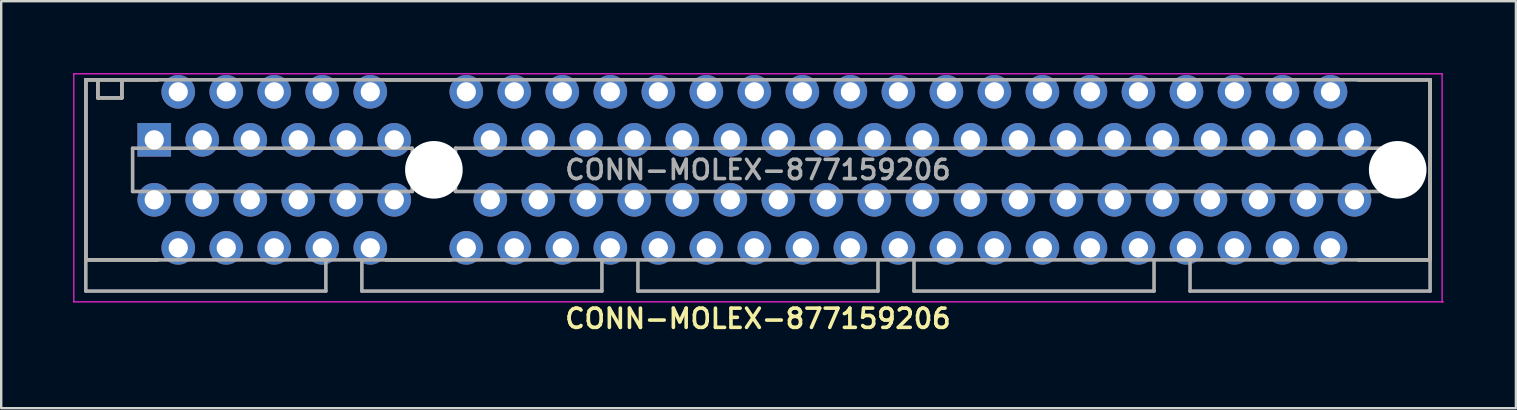
<source format=kicad_pcb>
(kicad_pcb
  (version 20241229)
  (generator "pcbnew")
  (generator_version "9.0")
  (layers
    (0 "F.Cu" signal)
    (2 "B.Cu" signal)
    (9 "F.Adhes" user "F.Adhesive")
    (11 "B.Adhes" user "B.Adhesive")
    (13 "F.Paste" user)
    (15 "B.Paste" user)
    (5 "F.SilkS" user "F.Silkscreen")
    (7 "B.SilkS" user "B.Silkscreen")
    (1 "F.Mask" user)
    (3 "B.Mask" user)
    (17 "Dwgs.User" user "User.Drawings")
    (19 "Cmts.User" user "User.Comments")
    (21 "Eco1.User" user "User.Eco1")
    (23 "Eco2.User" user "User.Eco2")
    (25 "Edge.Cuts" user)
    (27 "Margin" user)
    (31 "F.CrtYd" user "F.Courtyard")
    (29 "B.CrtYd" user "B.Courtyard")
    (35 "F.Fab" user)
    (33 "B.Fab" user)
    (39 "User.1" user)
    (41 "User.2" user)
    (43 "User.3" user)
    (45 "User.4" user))
  (footprint "CONN-MOLEX-877159206"
    (layer "F.Cu")
    (at 28.525 4.025)
    (property "Reference" "CONN-MOLEX-877159206" (at 0 6.2 0) (layer "F.SilkS") (effects (font (size 0.8 0.8) (thickness 0.15))))
    (attr through_hole)
    (fp_line (start -28 -3.75) (end -28 3.75) (stroke (width 0.15) (type solid)) (layer "F.SilkS"))
    (fp_line (start -28 3.75) (end -25 3.75) (stroke (width 0.15) (type solid)) (layer "F.SilkS"))
    (fp_line (start -27.5 -3.75) (end -27.5 -3) (stroke (width 0.15) (type solid)) (layer "F.SilkS"))
    (fp_line (start -27.5 -3) (end -26.5 -3) (stroke (width 0.15) (type solid)) (layer "F.SilkS"))
    (fp_line (start -26.5 -3) (end -26.5 -3.75) (stroke (width 0.15) (type solid)) (layer "F.SilkS"))
    (fp_line (start -25 -3.75) (end -28 -3.75) (stroke (width 0.15) (type solid)) (layer "F.SilkS"))
    (fp_line (start -15.5 -3.75) (end -12.8 -3.75) (stroke (width 0.15) (type solid)) (layer "F.SilkS"))
    (fp_line (start -15.5 3.75) (end -12.8 3.75) (stroke (width 0.15) (type solid)) (layer "F.SilkS"))
    (fp_line (start 25 -3.75) (end 28 -3.75) (stroke (width 0.15) (type solid)) (layer "F.SilkS"))
    (fp_line (start 28 -3.75) (end 28 3.75) (stroke (width 0.15) (type solid)) (layer "F.SilkS"))
    (fp_line (start 28 3.75) (end 25 3.75) (stroke (width 0.15) (type solid)) (layer "F.SilkS"))
    (fp_line (start -28.5 -4) (end 28.5 -4) (stroke (width 0.05) (type solid)) (layer "F.CrtYd"))
    (fp_line (start -28.5 5.5) (end -28.5 -4) (stroke (width 0.05) (type solid)) (layer "F.CrtYd"))
    (fp_line (start 28.5 -4) (end 28.5 5.5) (stroke (width 0.05) (type solid)) (layer "F.CrtYd"))
    (fp_line (start 28.55 5.5) (end -28.5 5.5) (stroke (width 0.05) (type solid)) (layer "F.CrtYd"))
    (fp_line (start -28 -3.75) (end 28 -3.75) (stroke (width 0.15) (type solid)) (layer "F.Fab"))
    (fp_line (start -28 3.75) (end -28 -3.75) (stroke (width 0.15) (type solid)) (layer "F.Fab"))
    (fp_line (start -28 3.75) (end -28 5.05) (stroke (width 0.15) (type solid)) (layer "F.Fab"))
    (fp_line (start -28 5.05) (end -18 5.05) (stroke (width 0.15) (type solid)) (layer "F.Fab"))
    (fp_line (start -27.5 -3.75) (end -27.5 -3) (stroke (width 0.15) (type solid)) (layer "F.Fab"))
    (fp_line (start -27.5 -3) (end -26.5 -3) (stroke (width 0.15) (type solid)) (layer "F.Fab"))
    (fp_line (start -26.5 -3) (end -26.5 -3.75) (stroke (width 0.15) (type solid)) (layer "F.Fab"))
    (fp_line (start -26.05 -0.9) (end -26.05 0.9) (stroke (width 0.15) (type solid)) (layer "F.Fab"))
    (fp_line (start -26.05 0.9) (end -14.4 0.9) (stroke (width 0.15) (type solid)) (layer "F.Fab"))
    (fp_line (start -18 5.05) (end -18 3.75) (stroke (width 0.15) (type solid)) (layer "F.Fab"))
    (fp_line (start -16.5 3.75) (end -16.5 5.05) (stroke (width 0.15) (type solid)) (layer "F.Fab"))
    (fp_line (start -16.5 5.05) (end -6.5 5.05) (stroke (width 0.15) (type solid)) (layer "F.Fab"))
    (fp_line (start -14.4 -0.9) (end -26.05 -0.9) (stroke (width 0.15) (type solid)) (layer "F.Fab"))
    (fp_line (start -14.4 0.9) (end -14.4 -0.9) (stroke (width 0.15) (type solid)) (layer "F.Fab"))
    (fp_line (start -12.6 -0.9) (end 26.05 -0.9) (stroke (width 0.15) (type solid)) (layer "F.Fab"))
    (fp_line (start -12.6 0.9) (end -12.6 -0.9) (stroke (width 0.15) (type solid)) (layer "F.Fab"))
    (fp_line (start -6.5 5.05) (end -6.5 3.75) (stroke (width 0.15) (type solid)) (layer "F.Fab"))
    (fp_line (start -5 3.75) (end -5 5.05) (stroke (width 0.15) (type solid)) (layer "F.Fab"))
    (fp_line (start -5 5.05) (end 5 5.05) (stroke (width 0.15) (type solid)) (layer "F.Fab"))
    (fp_line (start 5 5.05) (end 5 3.75) (stroke (width 0.15) (type solid)) (layer "F.Fab"))
    (fp_line (start 6.5 3.75) (end 6.5 5.05) (stroke (width 0.15) (type solid)) (layer "F.Fab"))
    (fp_line (start 6.5 5.05) (end 16.5 5.05) (stroke (width 0.15) (type solid)) (layer "F.Fab"))
    (fp_line (start 16.5 5.05) (end 16.5 3.75) (stroke (width 0.15) (type solid)) (layer "F.Fab"))
    (fp_line (start 18 3.75) (end 18 5.05) (stroke (width 0.15) (type solid)) (layer "F.Fab"))
    (fp_line (start 18 5.05) (end 28 5.05) (stroke (width 0.15) (type solid)) (layer "F.Fab"))
    (fp_line (start 26.05 -0.9) (end 26.05 0.9) (stroke (width 0.15) (type solid)) (layer "F.Fab"))
    (fp_line (start 26.05 0.9) (end -12.6 0.9) (stroke (width 0.15) (type solid)) (layer "F.Fab"))
    (fp_line (start 28 -3.75) (end 28 3.75) (stroke (width 0.15) (type solid)) (layer "F.Fab"))
    (fp_line (start 28 3.75) (end -28 3.75) (stroke (width 0.15) (type solid)) (layer "F.Fab"))
    (fp_line (start 28 5.05) (end 28 3.75) (stroke (width 0.15) (type solid)) (layer "F.Fab"))
    (fp_text user "${REFERENCE}" (at 0 0 0) (layer "F.Fab") (effects (font (size 0.8 0.8) (thickness 0.15))))
    (pad "" np_thru_hole circle (at -13.5 0) (size 2.4 2.4) (drill 2.4) (layers "*.Cu" "*.Mask"))
    (pad "" np_thru_hole circle (at 26.65 0) (size 2.4 2.4) (drill 2.4) (layers "*.Cu" "*.Mask"))
    (pad "A1" thru_hole rect (at -25.15 -1.25) (size 1.4 1.4) (drill 0.8) (layers "*.Cu" "*.Mask"))
    (pad "A2" thru_hole circle (at -24.15 -3.25) (size 1.4 1.4) (drill 0.8) (layers "*.Cu" "*.Mask"))
    (pad "A3" thru_hole circle (at -23.15 -1.25) (size 1.4 1.4) (drill 0.8) (layers "*.Cu" "*.Mask"))
    (pad "A4" thru_hole circle (at -22.15 -3.25) (size 1.4 1.4) (drill 0.8) (layers "*.Cu" "*.Mask"))
    (pad "A5" thru_hole circle (at -21.15 -1.25) (size 1.4 1.4) (drill 0.8) (layers "*.Cu" "*.Mask"))
    (pad "A6" thru_hole circle (at -20.15 -3.25) (size 1.4 1.4) (drill 0.8) (layers "*.Cu" "*.Mask"))
    (pad "A7" thru_hole circle (at -19.15 -1.25) (size 1.4 1.4) (drill 0.8) (layers "*.Cu" "*.Mask"))
    (pad "A8" thru_hole circle (at -18.15 -3.25) (size 1.4 1.4) (drill 0.8) (layers "*.Cu" "*.Mask"))
    (pad "A9" thru_hole circle (at -17.15 -1.25) (size 1.4 1.4) (drill 0.8) (layers "*.Cu" "*.Mask"))
    (pad "A10" thru_hole circle (at -16.15 -3.25) (size 1.4 1.4) (drill 0.8) (layers "*.Cu" "*.Mask"))
    (pad "A11" thru_hole circle (at -15.15 -1.25) (size 1.4 1.4) (drill 0.8) (layers "*.Cu" "*.Mask"))
    (pad "A12" thru_hole circle (at -12.15 -3.25) (size 1.4 1.4) (drill 0.8) (layers "*.Cu" "*.Mask"))
    (pad "A13" thru_hole circle (at -11.15 -1.25) (size 1.4 1.4) (drill 0.8) (layers "*.Cu" "*.Mask"))
    (pad "A14" thru_hole circle (at -10.15 -3.25) (size 1.4 1.4) (drill 0.8) (layers "*.Cu" "*.Mask"))
    (pad "A15" thru_hole circle (at -9.15 -1.25) (size 1.4 1.4) (drill 0.8) (layers "*.Cu" "*.Mask"))
    (pad "A16" thru_hole circle (at -8.15 -3.25) (size 1.4 1.4) (drill 0.8) (layers "*.Cu" "*.Mask"))
    (pad "A17" thru_hole circle (at -7.15 -1.25) (size 1.4 1.4) (drill 0.8) (layers "*.Cu" "*.Mask"))
    (pad "A18" thru_hole circle (at -6.15 -3.25) (size 1.4 1.4) (drill 0.8) (layers "*.Cu" "*.Mask"))
    (pad "A19" thru_hole circle (at -5.15 -1.25) (size 1.4 1.4) (drill 0.8) (layers "*.Cu" "*.Mask"))
    (pad "A20" thru_hole circle (at -4.15 -3.25) (size 1.4 1.4) (drill 0.8) (layers "*.Cu" "*.Mask"))
    (pad "A21" thru_hole circle (at -3.15 -1.25) (size 1.4 1.4) (drill 0.8) (layers "*.Cu" "*.Mask"))
    (pad "A22" thru_hole circle (at -2.15 -3.25) (size 1.4 1.4) (drill 0.8) (layers "*.Cu" "*.Mask"))
    (pad "A23" thru_hole circle (at -1.15 -1.25) (size 1.4 1.4) (drill 0.8) (layers "*.Cu" "*.Mask"))
    (pad "A24" thru_hole circle (at -0.15 -3.25) (size 1.4 1.4) (drill 0.8) (layers "*.Cu" "*.Mask"))
    (pad "A25" thru_hole circle (at 0.85 -1.25) (size 1.4 1.4) (drill 0.8) (layers "*.Cu" "*.Mask"))
    (pad "A26" thru_hole circle (at 1.85 -3.25) (size 1.4 1.4) (drill 0.8) (layers "*.Cu" "*.Mask"))
    (pad "A27" thru_hole circle (at 2.85 -1.25) (size 1.4 1.4) (drill 0.8) (layers "*.Cu" "*.Mask"))
    (pad "A28" thru_hole circle (at 3.85 -3.25) (size 1.4 1.4) (drill 0.8) (layers "*.Cu" "*.Mask"))
    (pad "A29" thru_hole circle (at 4.85 -1.25) (size 1.4 1.4) (drill 0.8) (layers "*.Cu" "*.Mask"))
    (pad "A30" thru_hole circle (at 5.85 -3.25) (size 1.4 1.4) (drill 0.8) (layers "*.Cu" "*.Mask"))
    (pad "A31" thru_hole circle (at 6.85 -1.25) (size 1.4 1.4) (drill 0.8) (layers "*.Cu" "*.Mask"))
    (pad "A32" thru_hole circle (at 7.85 -3.25) (size 1.4 1.4) (drill 0.8) (layers "*.Cu" "*.Mask"))
    (pad "A33" thru_hole circle (at 8.85 -1.25) (size 1.4 1.4) (drill 0.8) (layers "*.Cu" "*.Mask"))
    (pad "A34" thru_hole circle (at 9.85 -3.25) (size 1.4 1.4) (drill 0.8) (layers "*.Cu" "*.Mask"))
    (pad "A35" thru_hole circle (at 10.85 -1.25) (size 1.4 1.4) (drill 0.8) (layers "*.Cu" "*.Mask"))
    (pad "A36" thru_hole circle (at 11.85 -3.25) (size 1.4 1.4) (drill 0.8) (layers "*.Cu" "*.Mask"))
    (pad "A37" thru_hole circle (at 12.85 -1.25) (size 1.4 1.4) (drill 0.8) (layers "*.Cu" "*.Mask"))
    (pad "A38" thru_hole circle (at 13.85 -3.25) (size 1.4 1.4) (drill 0.8) (layers "*.Cu" "*.Mask"))
    (pad "A39" thru_hole circle (at 14.85 -1.25) (size 1.4 1.4) (drill 0.8) (layers "*.Cu" "*.Mask"))
    (pad "A40" thru_hole circle (at 15.85 -3.25) (size 1.4 1.4) (drill 0.8) (layers "*.Cu" "*.Mask"))
    (pad "A41" thru_hole circle (at 16.85 -1.25) (size 1.4 1.4) (drill 0.8) (layers "*.Cu" "*.Mask"))
    (pad "A42" thru_hole circle (at 17.85 -3.25) (size 1.4 1.4) (drill 0.8) (layers "*.Cu" "*.Mask"))
    (pad "A43" thru_hole circle (at 18.85 -1.25) (size 1.4 1.4) (drill 0.8) (layers "*.Cu" "*.Mask"))
    (pad "A44" thru_hole circle (at 19.85 -3.25) (size 1.4 1.4) (drill 0.8) (layers "*.Cu" "*.Mask"))
    (pad "A45" thru_hole circle (at 20.85 -1.25) (size 1.4 1.4) (drill 0.8) (layers "*.Cu" "*.Mask"))
    (pad "A46" thru_hole circle (at 21.85 -3.25) (size 1.4 1.4) (drill 0.8) (layers "*.Cu" "*.Mask"))
    (pad "A47" thru_hole circle (at 22.85 -1.25) (size 1.4 1.4) (drill 0.8) (layers "*.Cu" "*.Mask"))
    (pad "A48" thru_hole circle (at 23.85 -3.25) (size 1.4 1.4) (drill 0.8) (layers "*.Cu" "*.Mask"))
    (pad "A49" thru_hole circle (at 24.85 -1.25) (size 1.4 1.4) (drill 0.8) (layers "*.Cu" "*.Mask"))
    (pad "B1" thru_hole circle (at -25.15 1.25) (size 1.4 1.4) (drill 0.8) (layers "*.Cu" "*.Mask"))
    (pad "B2" thru_hole circle (at -24.15 3.25) (size 1.4 1.4) (drill 0.8) (layers "*.Cu" "*.Mask"))
    (pad "B3" thru_hole circle (at -23.15 1.25) (size 1.4 1.4) (drill 0.8) (layers "*.Cu" "*.Mask"))
    (pad "B4" thru_hole circle (at -22.15 3.25) (size 1.4 1.4) (drill 0.8) (layers "*.Cu" "*.Mask"))
    (pad "B5" thru_hole circle (at -21.15 1.25) (size 1.4 1.4) (drill 0.8) (layers "*.Cu" "*.Mask"))
    (pad "B6" thru_hole circle (at -20.15 3.25) (size 1.4 1.4) (drill 0.8) (layers "*.Cu" "*.Mask"))
    (pad "B7" thru_hole circle (at -19.15 1.25) (size 1.4 1.4) (drill 0.8) (layers "*.Cu" "*.Mask"))
    (pad "B8" thru_hole circle (at -18.15 3.25) (size 1.4 1.4) (drill 0.8) (layers "*.Cu" "*.Mask"))
    (pad "B9" thru_hole circle (at -17.15 1.25) (size 1.4 1.4) (drill 0.8) (layers "*.Cu" "*.Mask"))
    (pad "B10" thru_hole circle (at -16.15 3.25) (size 1.4 1.4) (drill 0.8) (layers "*.Cu" "*.Mask"))
    (pad "B11" thru_hole circle (at -15.15 1.25) (size 1.4 1.4) (drill 0.8) (layers "*.Cu" "*.Mask"))
    (pad "B12" thru_hole circle (at -12.15 3.25) (size 1.4 1.4) (drill 0.8) (layers "*.Cu" "*.Mask"))
    (pad "B13" thru_hole circle (at -11.15 1.25) (size 1.4 1.4) (drill 0.8) (layers "*.Cu" "*.Mask"))
    (pad "B14" thru_hole circle (at -10.15 3.25) (size 1.4 1.4) (drill 0.8) (layers "*.Cu" "*.Mask"))
    (pad "B15" thru_hole circle (at -9.15 1.25) (size 1.4 1.4) (drill 0.8) (layers "*.Cu" "*.Mask"))
    (pad "B16" thru_hole circle (at -8.15 3.25) (size 1.4 1.4) (drill 0.8) (layers "*.Cu" "*.Mask"))
    (pad "B17" thru_hole circle (at -7.15 1.25 90) (size 1.4 1.4) (drill 0.8) (layers "*.Cu" "*.Mask"))
    (pad "B18" thru_hole circle (at -6.15 3.25) (size 1.4 1.4) (drill 0.8) (layers "*.Cu" "*.Mask"))
    (pad "B19" thru_hole circle (at -5.15 1.25) (size 1.4 1.4) (drill 0.8) (layers "*.Cu" "*.Mask"))
    (pad "B20" thru_hole circle (at -4.15 3.25) (size 1.4 1.4) (drill 0.8) (layers "*.Cu" "*.Mask"))
    (pad "B21" thru_hole circle (at -3.15 1.25) (size 1.4 1.4) (drill 0.8) (layers "*.Cu" "*.Mask"))
    (pad "B22" thru_hole circle (at -2.15 3.25) (size 1.4 1.4) (drill 0.8) (layers "*.Cu" "*.Mask"))
    (pad "B23" thru_hole circle (at -1.15 1.25) (size 1.4 1.4) (drill 0.8) (layers "*.Cu" "*.Mask"))
    (pad "B24" thru_hole circle (at -0.15 3.25) (size 1.4 1.4) (drill 0.8) (layers "*.Cu" "*.Mask"))
    (pad "B25" thru_hole circle (at 0.85 1.25) (size 1.4 1.4) (drill 0.8) (layers "*.Cu" "*.Mask"))
    (pad "B26" thru_hole circle (at 1.85 3.25) (size 1.4 1.4) (drill 0.8) (layers "*.Cu" "*.Mask"))
    (pad "B27" thru_hole circle (at 2.85 1.25) (size 1.4 1.4) (drill 0.8) (layers "*.Cu" "*.Mask"))
    (pad "B28" thru_hole circle (at 3.85 3.25) (size 1.4 1.4) (drill 0.8) (layers "*.Cu" "*.Mask"))
    (pad "B29" thru_hole circle (at 4.85 1.25) (size 1.4 1.4) (drill 0.8) (layers "*.Cu" "*.Mask"))
    (pad "B30" thru_hole circle (at 5.85 3.25) (size 1.4 1.4) (drill 0.8) (layers "*.Cu" "*.Mask"))
    (pad "B31" thru_hole circle (at 6.85 1.25) (size 1.4 1.4) (drill 0.8) (layers "*.Cu" "*.Mask"))
    (pad "B32" thru_hole circle (at 7.85 3.25) (size 1.4 1.4) (drill 0.8) (layers "*.Cu" "*.Mask"))
    (pad "B33" thru_hole circle (at 8.85 1.25) (size 1.4 1.4) (drill 0.8) (layers "*.Cu" "*.Mask"))
    (pad "B34" thru_hole circle (at 9.85 3.25) (size 1.4 1.4) (drill 0.8) (layers "*.Cu" "*.Mask"))
    (pad "B35" thru_hole circle (at 10.85 1.25) (size 1.4 1.4) (drill 0.8) (layers "*.Cu" "*.Mask"))
    (pad "B36" thru_hole circle (at 11.85 3.25) (size 1.4 1.4) (drill 0.8) (layers "*.Cu" "*.Mask"))
    (pad "B37" thru_hole circle (at 12.85 1.25) (size 1.4 1.4) (drill 0.8) (layers "*.Cu" "*.Mask"))
    (pad "B38" thru_hole circle (at 13.85 3.25) (size 1.4 1.4) (drill 0.8) (layers "*.Cu" "*.Mask"))
    (pad "B39" thru_hole circle (at 14.85 1.25) (size 1.4 1.4) (drill 0.8) (layers "*.Cu" "*.Mask"))
    (pad "B40" thru_hole circle (at 15.85 3.25) (size 1.4 1.4) (drill 0.8) (layers "*.Cu" "*.Mask"))
    (pad "B41" thru_hole circle (at 16.85 1.25) (size 1.4 1.4) (drill 0.8) (layers "*.Cu" "*.Mask"))
    (pad "B42" thru_hole circle (at 17.85 3.25) (size 1.4 1.4) (drill 0.8) (layers "*.Cu" "*.Mask"))
    (pad "B43" thru_hole circle (at 18.85 1.25) (size 1.4 1.4) (drill 0.8) (layers "*.Cu" "*.Mask"))
    (pad "B44" thru_hole circle (at 19.85 3.25) (size 1.4 1.4) (drill 0.8) (layers "*.Cu" "*.Mask"))
    (pad "B45" thru_hole circle (at 20.85 1.25) (size 1.4 1.4) (drill 0.8) (layers "*.Cu" "*.Mask"))
    (pad "B46" thru_hole circle (at 21.85 3.25) (size 1.4 1.4) (drill 0.8) (layers "*.Cu" "*.Mask"))
    (pad "B47" thru_hole circle (at 22.85 1.25) (size 1.4 1.4) (drill 0.8) (layers "*.Cu" "*.Mask"))
    (pad "B48" thru_hole circle (at 23.85 3.25) (size 1.4 1.4) (drill 0.8) (layers "*.Cu" "*.Mask"))
    (pad "B49" thru_hole circle (at 24.85 1.25) (size 1.4 1.4) (drill 0.8) (layers "*.Cu" "*.Mask")))
  (gr_rect
    (start -3 -3)
    (end 60.1 13.956)
    (stroke (width 0.1) (type default))
    (fill no)
    (layer "Edge.Cuts")))
</source>
